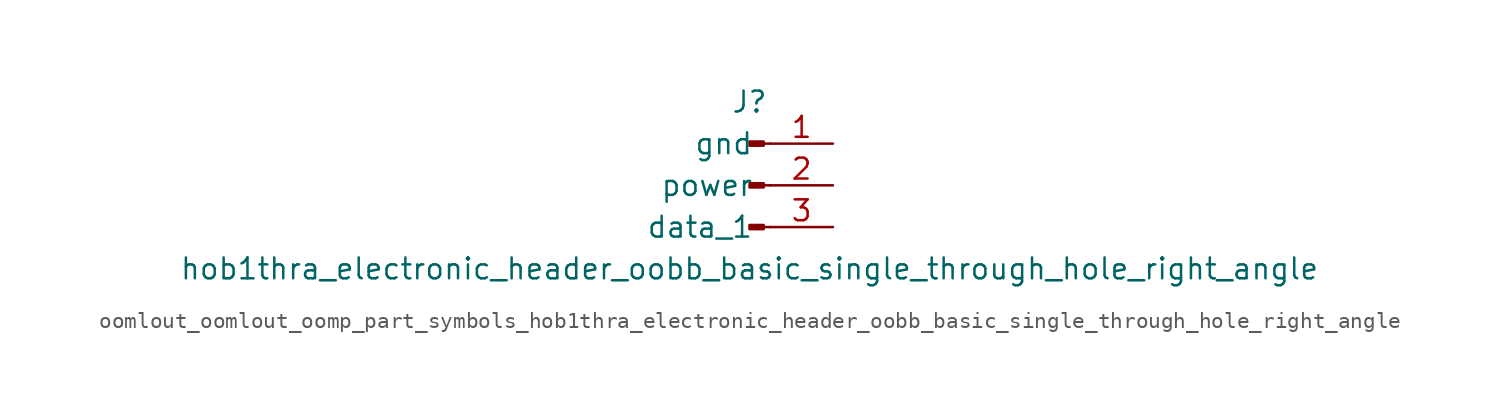
<source format=kicad_sym>
(kicad_symbol_lib
  (version 20220914)
  (generator kicad_symbol_editor)
  (symbol "oomlout_oomlout_oomp_part_symbols_hob1thra_electronic_header_oobb_basic_single_through_hole_right_angle"
    (pin_names
      (offset 1.016))
    (property "Reference" "J"
      (at 0 5.08 0)
      (effects (font (size 1.27 1.27))))
    (property "Value" "hob1thra_electronic_header_oobb_basic_single_through_hole_right_angle"
      (at 0 -5.08 0)
      (effects (font (size 1.27 1.27))))
    (symbol "oomlout_oomlout_oomp_part_symbols_hob1thra_electronic_header_oobb_basic_single_through_hole_right_angle_1_1"
      (polyline (pts (xy 1.27 -2.54) (xy 0.864 -2.54)) (stroke (width 0.152) (type default)) (fill (type none)))
      (polyline (pts (xy 1.27 0) (xy 0.864 0)) (stroke (width 0.152) (type default)) (fill (type none)))
      (polyline (pts (xy 1.27 2.54) (xy 0.864 2.54)) (stroke (width 0.152) (type default)) (fill (type none)))
      (rectangle (start 0.864 -2.413) (end 0 -2.667) (stroke (width 0.152) (type default)) (fill (type outline)))
      (rectangle (start 0.864 0.127) (end 0 -0.127) (stroke (width 0.152) (type default)) (fill (type outline)))
      (rectangle (start 0.864 2.667) (end 0 2.413) (stroke (width 0.152) (type default)) (fill (type outline)))
      (pin passive line (at 5.08 2.54 180) (length 3.81) (name "gnd" (effects (font (size 1.27 1.27)))) (number "1" (effects (font (size 1.27 1.27)))))
      (pin passive line (at 5.08 0 180) (length 3.81) (name "power" (effects (font (size 1.27 1.27)))) (number "2" (effects (font (size 1.27 1.27)))))
      (pin passive line (at 5.08 -2.54 180) (length 3.81) (name "data_1" (effects (font (size 1.27 1.27)))) (number "3" (effects (font (size 1.27 1.27))))))))
</source>
